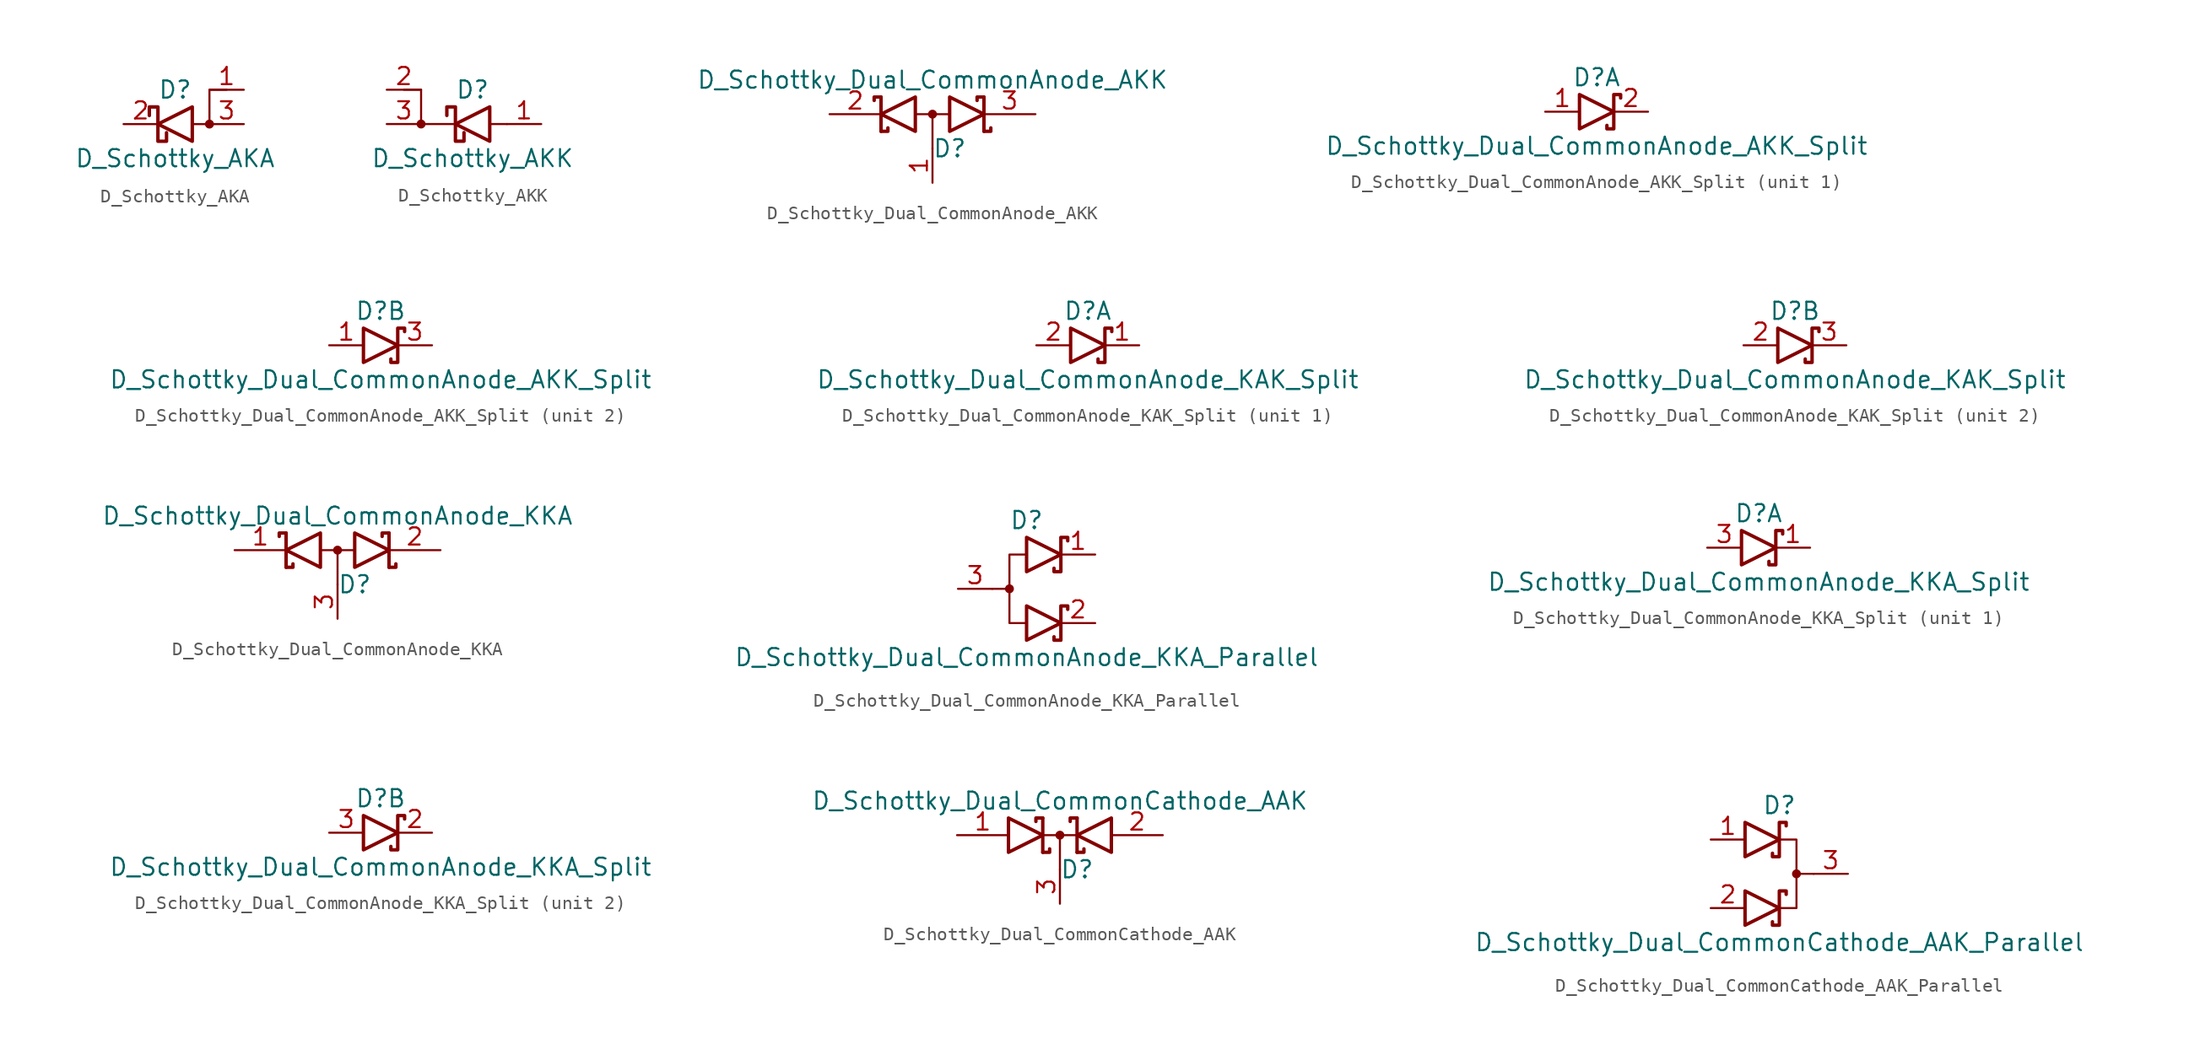
<source format=kicad_sym>
(kicad_symbol_lib
  (version 20241209)
  (generator "kicad_symbol_editor")
  (generator_version "9.0")
  (symbol "D_Schottky_AKA"
    (pin_names
      (offset 0)
      (hide yes))
    (property "Reference" "D"
      (at 0 2.54 0)
      (effects (font (size 1.27 1.27))))
    (property "Value" "D_Schottky_AKA"
      (at 0 -2.54 0)
      (effects (font (size 1.27 1.27))))
    (symbol "D_Schottky_AKA_0_1"
      (polyline (pts (xy -1.905 0.635) (xy -1.905 1.27) (xy -1.27 1.27) (xy -1.27 -1.27) (xy -0.635 -1.27) (xy -0.635 -0.635)) (stroke (width 0.254) (type default)) (fill (type none)))
      (polyline (pts (xy 1.27 1.27) (xy 1.27 -1.27) (xy -1.27 0) (xy 1.27 1.27)) (stroke (width 0.254) (type default)) (fill (type none)))
      (circle (center 2.54 0) (radius 0.254) (stroke (width 0) (type default)) (fill (type outline)))
      (polyline (pts (xy 3.81 2.54) (xy 2.54 2.54) (xy 2.54 0) (xy 1.27 0)) (stroke (width 0) (type default)) (fill (type none))))
    (symbol "D_Schottky_AKA_1_1"
      (pin passive line (at -3.81 0 0) (length 2.54) (name "K" (effects (font (size 1.27 1.27)))) (number "2" (effects (font (size 1.27 1.27)))))
      (pin passive line (at 5.08 2.54 180) (length 2.54) (name "A" (effects (font (size 1.27 1.27)))) (number "1" (effects (font (size 1.27 1.27)))))
      (pin passive line (at 5.08 0 180) (length 2.54) (name "A" (effects (font (size 1.27 1.27)))) (number "3" (effects (font (size 1.27 1.27)))))))
  (symbol "D_Schottky_AKK"
    (pin_names
      (offset 0)
      (hide yes))
    (property "Reference" "D"
      (at 0 2.54 0)
      (effects (font (size 1.27 1.27))))
    (property "Value" "D_Schottky_AKK"
      (at 0 -2.54 0)
      (effects (font (size 1.27 1.27))))
    (symbol "D_Schottky_AKK_0_1"
      (polyline (pts (xy -5.08 2.54) (xy -3.81 2.54) (xy -3.81 0) (xy -1.27 0)) (stroke (width 0) (type default)) (fill (type none)))
      (circle (center -3.81 0) (radius 0.254) (stroke (width 0) (type default)) (fill (type outline)))
      (polyline (pts (xy -1.905 0.635) (xy -1.905 1.27) (xy -1.27 1.27) (xy -1.27 -1.27) (xy -0.635 -1.27) (xy -0.635 -0.635)) (stroke (width 0.254) (type default)) (fill (type none)))
      (polyline (pts (xy 1.27 1.27) (xy 1.27 -1.27) (xy -1.27 0) (xy 1.27 1.27)) (stroke (width 0.254) (type default)) (fill (type none)))
      (polyline (pts (xy 2.54 0) (xy 1.27 0)) (stroke (width 0) (type default)) (fill (type none))))
    (symbol "D_Schottky_AKK_1_1"
      (pin passive line (at -6.35 2.54 0) (length 2.54) (name "K" (effects (font (size 1.27 1.27)))) (number "2" (effects (font (size 1.27 1.27)))))
      (pin passive line (at -6.35 0 0) (length 2.54) (name "K" (effects (font (size 1.27 1.27)))) (number "3" (effects (font (size 1.27 1.27)))))
      (pin passive line (at 5.08 0 180) (length 2.54) (name "A" (effects (font (size 1.27 1.27)))) (number "1" (effects (font (size 1.27 1.27)))))))
  (symbol "D_Schottky_Dual_CommonAnode_AKK"
    (pin_names
      (offset 0.762)
      (hide yes))
    (property "Reference" "D"
      (at 1.27 -2.54 0)
      (effects (font (size 1.27 1.27))))
    (property "Value" "D_Schottky_Dual_CommonAnode_AKK"
      (at 0 2.54 0)
      (effects (font (size 1.27 1.27))))
    (symbol "D_Schottky_Dual_CommonAnode_AKK_0_1"
      (polyline (pts (xy -3.81 1.27) (xy -3.81 -1.27) (xy -3.81 -1.27)) (stroke (width 0.254) (type default)) (fill (type none)))
      (polyline (pts (xy -3.81 1.27) (xy -4.318 1.27) (xy -4.318 1.016) (xy -4.318 1.016)) (stroke (width 0.254) (type default)) (fill (type none)))
      (polyline (pts (xy -3.302 -1.016) (xy -3.302 -1.27) (xy -3.81 -1.27) (xy -3.81 -1.27) (xy -3.81 -1.27)) (stroke (width 0.254) (type default)) (fill (type none)))
      (polyline (pts (xy -1.27 0) (xy 1.27 0)) (stroke (width 0) (type default)) (fill (type none)))
      (polyline (pts (xy -1.27 -1.27) (xy -3.81 0) (xy -1.27 1.27) (xy -1.27 -1.27) (xy -1.27 -1.27) (xy -1.27 -1.27)) (stroke (width 0.254) (type default)) (fill (type none)))
      (polyline (pts (xy 0 0) (xy 0 -2.54)) (stroke (width 0) (type default)) (fill (type none)))
      (circle (center 0 0) (radius 0.254) (stroke (width 0) (type default)) (fill (type outline)))
      (polyline (pts (xy 1.27 1.27) (xy 3.81 0) (xy 1.27 -1.27) (xy 1.27 1.27) (xy 1.27 1.27) (xy 1.27 1.27)) (stroke (width 0.254) (type default)) (fill (type none)))
      (polyline (pts (xy 3.81 1.27) (xy 3.81 -1.27) (xy 3.81 -1.27)) (stroke (width 0.254) (type default)) (fill (type none)))
      (polyline (pts (xy 3.81 1.27) (xy 3.302 1.27) (xy 3.302 1.016) (xy 3.302 1.016)) (stroke (width 0.254) (type default)) (fill (type none)))
      (polyline (pts (xy 3.81 -1.27) (xy 4.318 -1.27) (xy 4.318 -1.016) (xy 4.318 -1.016)) (stroke (width 0.254) (type default)) (fill (type none)))
      (pin passive line (at -7.62 0 0) (length 3.81) (name "K" (effects (font (size 1.27 1.27)))) (number "2" (effects (font (size 1.27 1.27)))))
      (pin passive line (at 0 -5.08 90) (length 2.54) (name "A" (effects (font (size 1.27 1.27)))) (number "1" (effects (font (size 1.27 1.27)))))
      (pin passive line (at 7.62 0 180) (length 3.81) (name "K" (effects (font (size 1.27 1.27)))) (number "3" (effects (font (size 1.27 1.27)))))))
  (symbol "D_Schottky_Dual_CommonAnode_AKK_Split"
    (pin_names
      (offset 0.762)
      (hide yes))
    (property "Reference" "D"
      (at 0 2.54 0)
      (effects (font (size 1.27 1.27))))
    (property "Value" "D_Schottky_Dual_CommonAnode_AKK_Split"
      (at 0 -2.54 0)
      (effects (font (size 1.27 1.27))))
    (property "ki_locked" ""
      (at 0 0 0)
      (effects (font (size 1.27 1.27))))
    (symbol "D_Schottky_Dual_CommonAnode_AKK_Split_0_1"
      (polyline (pts (xy -1.27 1.27) (xy 1.27 0) (xy -1.27 -1.27) (xy -1.27 1.27) (xy -1.27 1.27) (xy -1.27 1.27)) (stroke (width 0.254) (type default)) (fill (type none)))
      (polyline (pts (xy 1.778 1.016) (xy 1.778 1.27) (xy 1.27 1.27) (xy 1.27 -1.27) (xy 0.762 -1.27) (xy 0.762 -1.016)) (stroke (width 0.254) (type default)) (fill (type none)))
      (pin passive line (at -3.81 0 0) (length 2.54) (name "A" (effects (font (size 1.27 1.27)))) (number "1" (effects (font (size 1.27 1.27))))))
    (symbol "D_Schottky_Dual_CommonAnode_AKK_Split_1_1"
      (pin passive line (at 3.81 0 180) (length 2.54) (name "K" (effects (font (size 1.27 1.27)))) (number "2" (effects (font (size 1.27 1.27))))))
    (symbol "D_Schottky_Dual_CommonAnode_AKK_Split_2_1"
      (pin passive line (at 3.81 0 180) (length 2.54) (name "K" (effects (font (size 1.27 1.27)))) (number "3" (effects (font (size 1.27 1.27)))))))
  (symbol "D_Schottky_Dual_CommonAnode_KAK_Split"
    (pin_names
      (offset 0.762)
      (hide yes))
    (property "Reference" "D"
      (at 0 2.54 0)
      (effects (font (size 1.27 1.27))))
    (property "Value" "D_Schottky_Dual_CommonAnode_KAK_Split"
      (at 0 -2.54 0)
      (effects (font (size 1.27 1.27))))
    (property "ki_locked" ""
      (at 0 0 0)
      (effects (font (size 1.27 1.27))))
    (symbol "D_Schottky_Dual_CommonAnode_KAK_Split_0_1"
      (polyline (pts (xy -1.27 1.27) (xy 1.27 0) (xy -1.27 -1.27) (xy -1.27 1.27) (xy -1.27 1.27) (xy -1.27 1.27)) (stroke (width 0.254) (type default)) (fill (type none)))
      (polyline (pts (xy 1.778 1.016) (xy 1.778 1.27) (xy 1.27 1.27) (xy 1.27 -1.27) (xy 0.762 -1.27) (xy 0.762 -1.016)) (stroke (width 0.254) (type default)) (fill (type none)))
      (pin passive line (at -3.81 0 0) (length 2.54) (name "A" (effects (font (size 1.27 1.27)))) (number "2" (effects (font (size 1.27 1.27))))))
    (symbol "D_Schottky_Dual_CommonAnode_KAK_Split_1_1"
      (pin passive line (at 3.81 0 180) (length 2.54) (name "K" (effects (font (size 1.27 1.27)))) (number "1" (effects (font (size 1.27 1.27))))))
    (symbol "D_Schottky_Dual_CommonAnode_KAK_Split_2_1"
      (pin passive line (at 3.81 0 180) (length 2.54) (name "K" (effects (font (size 1.27 1.27)))) (number "3" (effects (font (size 1.27 1.27)))))))
  (symbol "D_Schottky_Dual_CommonAnode_KKA"
    (pin_names
      (offset 0.762)
      (hide yes))
    (property "Reference" "D"
      (at 1.27 -2.54 0)
      (effects (font (size 1.27 1.27))))
    (property "Value" "D_Schottky_Dual_CommonAnode_KKA"
      (at 0 2.54 0)
      (effects (font (size 1.27 1.27))))
    (symbol "D_Schottky_Dual_CommonAnode_KKA_0_1"
      (polyline (pts (xy -3.81 1.27) (xy -3.81 -1.27) (xy -3.81 -1.27)) (stroke (width 0.254) (type default)) (fill (type none)))
      (polyline (pts (xy -3.81 1.27) (xy -4.318 1.27) (xy -4.318 1.016) (xy -4.318 1.016)) (stroke (width 0.254) (type default)) (fill (type none)))
      (polyline (pts (xy -3.302 -1.016) (xy -3.302 -1.27) (xy -3.81 -1.27) (xy -3.81 -1.27) (xy -3.81 -1.27)) (stroke (width 0.254) (type default)) (fill (type none)))
      (polyline (pts (xy -1.27 0) (xy 1.27 0)) (stroke (width 0) (type default)) (fill (type none)))
      (polyline (pts (xy -1.27 -1.27) (xy -3.81 0) (xy -1.27 1.27) (xy -1.27 -1.27) (xy -1.27 -1.27) (xy -1.27 -1.27)) (stroke (width 0.254) (type default)) (fill (type none)))
      (polyline (pts (xy 0 0) (xy 0 -2.54)) (stroke (width 0) (type default)) (fill (type none)))
      (circle (center 0 0) (radius 0.254) (stroke (width 0) (type default)) (fill (type outline)))
      (polyline (pts (xy 1.27 1.27) (xy 3.81 0) (xy 1.27 -1.27) (xy 1.27 1.27) (xy 1.27 1.27) (xy 1.27 1.27)) (stroke (width 0.254) (type default)) (fill (type none)))
      (polyline (pts (xy 3.81 1.27) (xy 3.81 -1.27) (xy 3.81 -1.27)) (stroke (width 0.254) (type default)) (fill (type none)))
      (polyline (pts (xy 3.81 1.27) (xy 3.302 1.27) (xy 3.302 1.016) (xy 3.302 1.016)) (stroke (width 0.254) (type default)) (fill (type none)))
      (polyline (pts (xy 3.81 -1.27) (xy 4.318 -1.27) (xy 4.318 -1.016) (xy 4.318 -1.016)) (stroke (width 0.254) (type default)) (fill (type none)))
      (pin passive line (at -7.62 0 0) (length 3.81) (name "K" (effects (font (size 1.27 1.27)))) (number "1" (effects (font (size 1.27 1.27)))))
      (pin passive line (at 0 -5.08 90) (length 2.54) (name "A" (effects (font (size 1.27 1.27)))) (number "3" (effects (font (size 1.27 1.27)))))
      (pin passive line (at 7.62 0 180) (length 3.81) (name "K" (effects (font (size 1.27 1.27)))) (number "2" (effects (font (size 1.27 1.27)))))))
  (symbol "D_Schottky_Dual_CommonAnode_KKA_Parallel"
    (pin_names
      (offset 0.762)
      (hide yes))
    (property "Reference" "D"
      (at 0 5.08 0)
      (effects (font (size 1.27 1.27))))
    (property "Value" "D_Schottky_Dual_CommonAnode_KKA_Parallel"
      (at 0 -5.08 0)
      (effects (font (size 1.27 1.27))))
    (symbol "D_Schottky_Dual_CommonAnode_KKA_Parallel_0_1"
      (circle (center -1.27 0) (radius 0.254) (stroke (width 0) (type default)) (fill (type outline)))
      (polyline (pts (xy -1.27 0) (xy -2.54 0)) (stroke (width 0) (type default)) (fill (type none)))
      (polyline (pts (xy 0 3.81) (xy 2.54 2.54) (xy 0 1.27) (xy 0 3.81) (xy 0 3.81) (xy 0 3.81)) (stroke (width 0.254) (type default)) (fill (type none)))
      (polyline (pts (xy 0 2.54) (xy -1.27 2.54) (xy -1.27 -2.54) (xy 0 -2.54)) (stroke (width 0) (type default)) (fill (type none)))
      (polyline (pts (xy 0 -1.27) (xy 2.54 -2.54) (xy 0 -3.81) (xy 0 -1.27) (xy 0 -1.27) (xy 0 -1.27)) (stroke (width 0.254) (type default)) (fill (type none)))
      (polyline (pts (xy 3.048 3.556) (xy 3.048 3.81) (xy 2.54 3.81) (xy 2.54 1.27) (xy 2.032 1.27) (xy 2.032 1.524)) (stroke (width 0.254) (type default)) (fill (type none)))
      (polyline (pts (xy 3.048 -1.524) (xy 3.048 -1.27) (xy 2.54 -1.27) (xy 2.54 -3.81) (xy 2.032 -3.81) (xy 2.032 -3.556)) (stroke (width 0.254) (type default)) (fill (type none)))
      (pin passive line (at -5.08 0 0) (length 2.54) (name "A" (effects (font (size 1.27 1.27)))) (number "3" (effects (font (size 1.27 1.27)))))
      (pin passive line (at 5.08 2.54 180) (length 2.54) (name "K" (effects (font (size 1.27 1.27)))) (number "1" (effects (font (size 1.27 1.27)))))
      (pin passive line (at 5.08 -2.54 180) (length 2.54) (name "K" (effects (font (size 1.27 1.27)))) (number "2" (effects (font (size 1.27 1.27)))))))
  (symbol "D_Schottky_Dual_CommonAnode_KKA_Split"
    (pin_names
      (offset 0.762)
      (hide yes))
    (property "Reference" "D"
      (at 0 2.54 0)
      (effects (font (size 1.27 1.27))))
    (property "Value" "D_Schottky_Dual_CommonAnode_KKA_Split"
      (at 0 -2.54 0)
      (effects (font (size 1.27 1.27))))
    (property "ki_locked" ""
      (at 0 0 0)
      (effects (font (size 1.27 1.27))))
    (symbol "D_Schottky_Dual_CommonAnode_KKA_Split_0_1"
      (polyline (pts (xy -1.27 1.27) (xy 1.27 0) (xy -1.27 -1.27) (xy -1.27 1.27) (xy -1.27 1.27) (xy -1.27 1.27)) (stroke (width 0.254) (type default)) (fill (type none)))
      (polyline (pts (xy 1.778 1.016) (xy 1.778 1.27) (xy 1.27 1.27) (xy 1.27 -1.27) (xy 0.762 -1.27) (xy 0.762 -1.016)) (stroke (width 0.254) (type default)) (fill (type none)))
      (pin passive line (at -3.81 0 0) (length 2.54) (name "A" (effects (font (size 1.27 1.27)))) (number "3" (effects (font (size 1.27 1.27))))))
    (symbol "D_Schottky_Dual_CommonAnode_KKA_Split_1_1"
      (pin passive line (at 3.81 0 180) (length 2.54) (name "K" (effects (font (size 1.27 1.27)))) (number "1" (effects (font (size 1.27 1.27))))))
    (symbol "D_Schottky_Dual_CommonAnode_KKA_Split_2_1"
      (pin passive line (at 3.81 0 180) (length 2.54) (name "K" (effects (font (size 1.27 1.27)))) (number "2" (effects (font (size 1.27 1.27)))))))
  (symbol "D_Schottky_Dual_CommonCathode_AAK"
    (pin_names
      (offset 0.762)
      (hide yes))
    (property "Reference" "D"
      (at 1.27 -2.54 0)
      (effects (font (size 1.27 1.27))))
    (property "Value" "D_Schottky_Dual_CommonCathode_AAK"
      (at 0 2.54 0)
      (effects (font (size 1.27 1.27))))
    (symbol "D_Schottky_Dual_CommonCathode_AAK_0_1"
      (polyline (pts (xy -3.81 1.27) (xy -1.27 0) (xy -3.81 -1.27) (xy -3.81 1.27) (xy -3.81 1.27) (xy -3.81 1.27)) (stroke (width 0.254) (type default)) (fill (type none)))
      (polyline (pts (xy -1.778 1.016) (xy -1.778 1.27) (xy -1.27 1.27) (xy -1.27 1.27) (xy -1.27 1.27)) (stroke (width 0.254) (type default)) (fill (type none)))
      (polyline (pts (xy -1.27 0) (xy 1.27 0)) (stroke (width 0) (type default)) (fill (type none)))
      (polyline (pts (xy -1.27 -1.27) (xy -1.27 1.27) (xy -1.27 1.27)) (stroke (width 0.254) (type default)) (fill (type none)))
      (polyline (pts (xy -1.27 -1.27) (xy -0.762 -1.27) (xy -0.762 -1.016) (xy -0.762 -1.016)) (stroke (width 0.254) (type default)) (fill (type none)))
      (polyline (pts (xy 0 0) (xy 0 -2.54)) (stroke (width 0) (type default)) (fill (type none)))
      (circle (center 0 0) (radius 0.254) (stroke (width 0) (type default)) (fill (type outline)))
      (polyline (pts (xy 1.27 1.27) (xy 0.762 1.27) (xy 0.762 1.016) (xy 0.762 1.016)) (stroke (width 0.254) (type default)) (fill (type none)))
      (polyline (pts (xy 1.27 -1.27) (xy 1.27 1.27) (xy 1.27 1.27)) (stroke (width 0.254) (type default)) (fill (type none)))
      (polyline (pts (xy 1.27 -1.27) (xy 1.778 -1.27) (xy 1.778 -1.016) (xy 1.778 -1.016)) (stroke (width 0.254) (type default)) (fill (type none)))
      (polyline (pts (xy 3.81 -1.27) (xy 1.27 0) (xy 3.81 1.27) (xy 3.81 -1.27) (xy 3.81 -1.27) (xy 3.81 -1.27)) (stroke (width 0.254) (type default)) (fill (type none)))
      (pin passive line (at -7.62 0 0) (length 3.81) (name "A" (effects (font (size 1.27 1.27)))) (number "1" (effects (font (size 1.27 1.27)))))
      (pin passive line (at 0 -5.08 90) (length 2.54) (name "K" (effects (font (size 1.27 1.27)))) (number "3" (effects (font (size 1.27 1.27)))))
      (pin passive line (at 7.62 0 180) (length 3.81) (name "A" (effects (font (size 1.27 1.27)))) (number "2" (effects (font (size 1.27 1.27)))))))
  (symbol "D_Schottky_Dual_CommonCathode_AAK_Parallel"
    (pin_names
      (offset 0.762)
      (hide yes))
    (property "Reference" "D"
      (at 0 5.08 0)
      (effects (font (size 1.27 1.27))))
    (property "Value" "D_Schottky_Dual_CommonCathode_AAK_Parallel"
      (at 0 -5.08 0)
      (effects (font (size 1.27 1.27))))
    (symbol "D_Schottky_Dual_CommonCathode_AAK_Parallel_0_1"
      (polyline (pts (xy -2.54 3.81) (xy 0 2.54) (xy -2.54 1.27) (xy -2.54 3.81) (xy -2.54 3.81) (xy -2.54 3.81)) (stroke (width 0.254) (type default)) (fill (type none)))
      (polyline (pts (xy -2.54 -1.27) (xy 0 -2.54) (xy -2.54 -3.81) (xy -2.54 -1.27) (xy -2.54 -1.27) (xy -2.54 -1.27)) (stroke (width 0.254) (type default)) (fill (type none)))
      (polyline (pts (xy 0 -2.54) (xy 1.27 -2.54) (xy 1.27 2.54) (xy 0 2.54)) (stroke (width 0) (type default)) (fill (type none)))
      (polyline (pts (xy 0.508 3.556) (xy 0.508 3.81) (xy 0 3.81) (xy 0 1.27) (xy -0.508 1.27) (xy -0.508 1.524)) (stroke (width 0.254) (type default)) (fill (type none)))
      (polyline (pts (xy 0.508 -1.524) (xy 0.508 -1.27) (xy 0 -1.27) (xy 0 -3.81) (xy -0.508 -3.81) (xy -0.508 -3.556)) (stroke (width 0.254) (type default)) (fill (type none)))
      (polyline (pts (xy 1.27 0) (xy 2.54 0)) (stroke (width 0) (type default)) (fill (type none)))
      (circle (center 1.27 0) (radius 0.254) (stroke (width 0) (type default)) (fill (type outline)))
      (pin passive line (at -5.08 2.54 0) (length 2.54) (name "A" (effects (font (size 1.27 1.27)))) (number "1" (effects (font (size 1.27 1.27)))))
      (pin passive line (at -5.08 -2.54 0) (length 2.54) (name "A" (effects (font (size 1.27 1.27)))) (number "2" (effects (font (size 1.27 1.27)))))
      (pin passive line (at 5.08 0 180) (length 2.54) (name "K" (effects (font (size 1.27 1.27)))) (number "3" (effects (font (size 1.27 1.27))))))))
</source>
